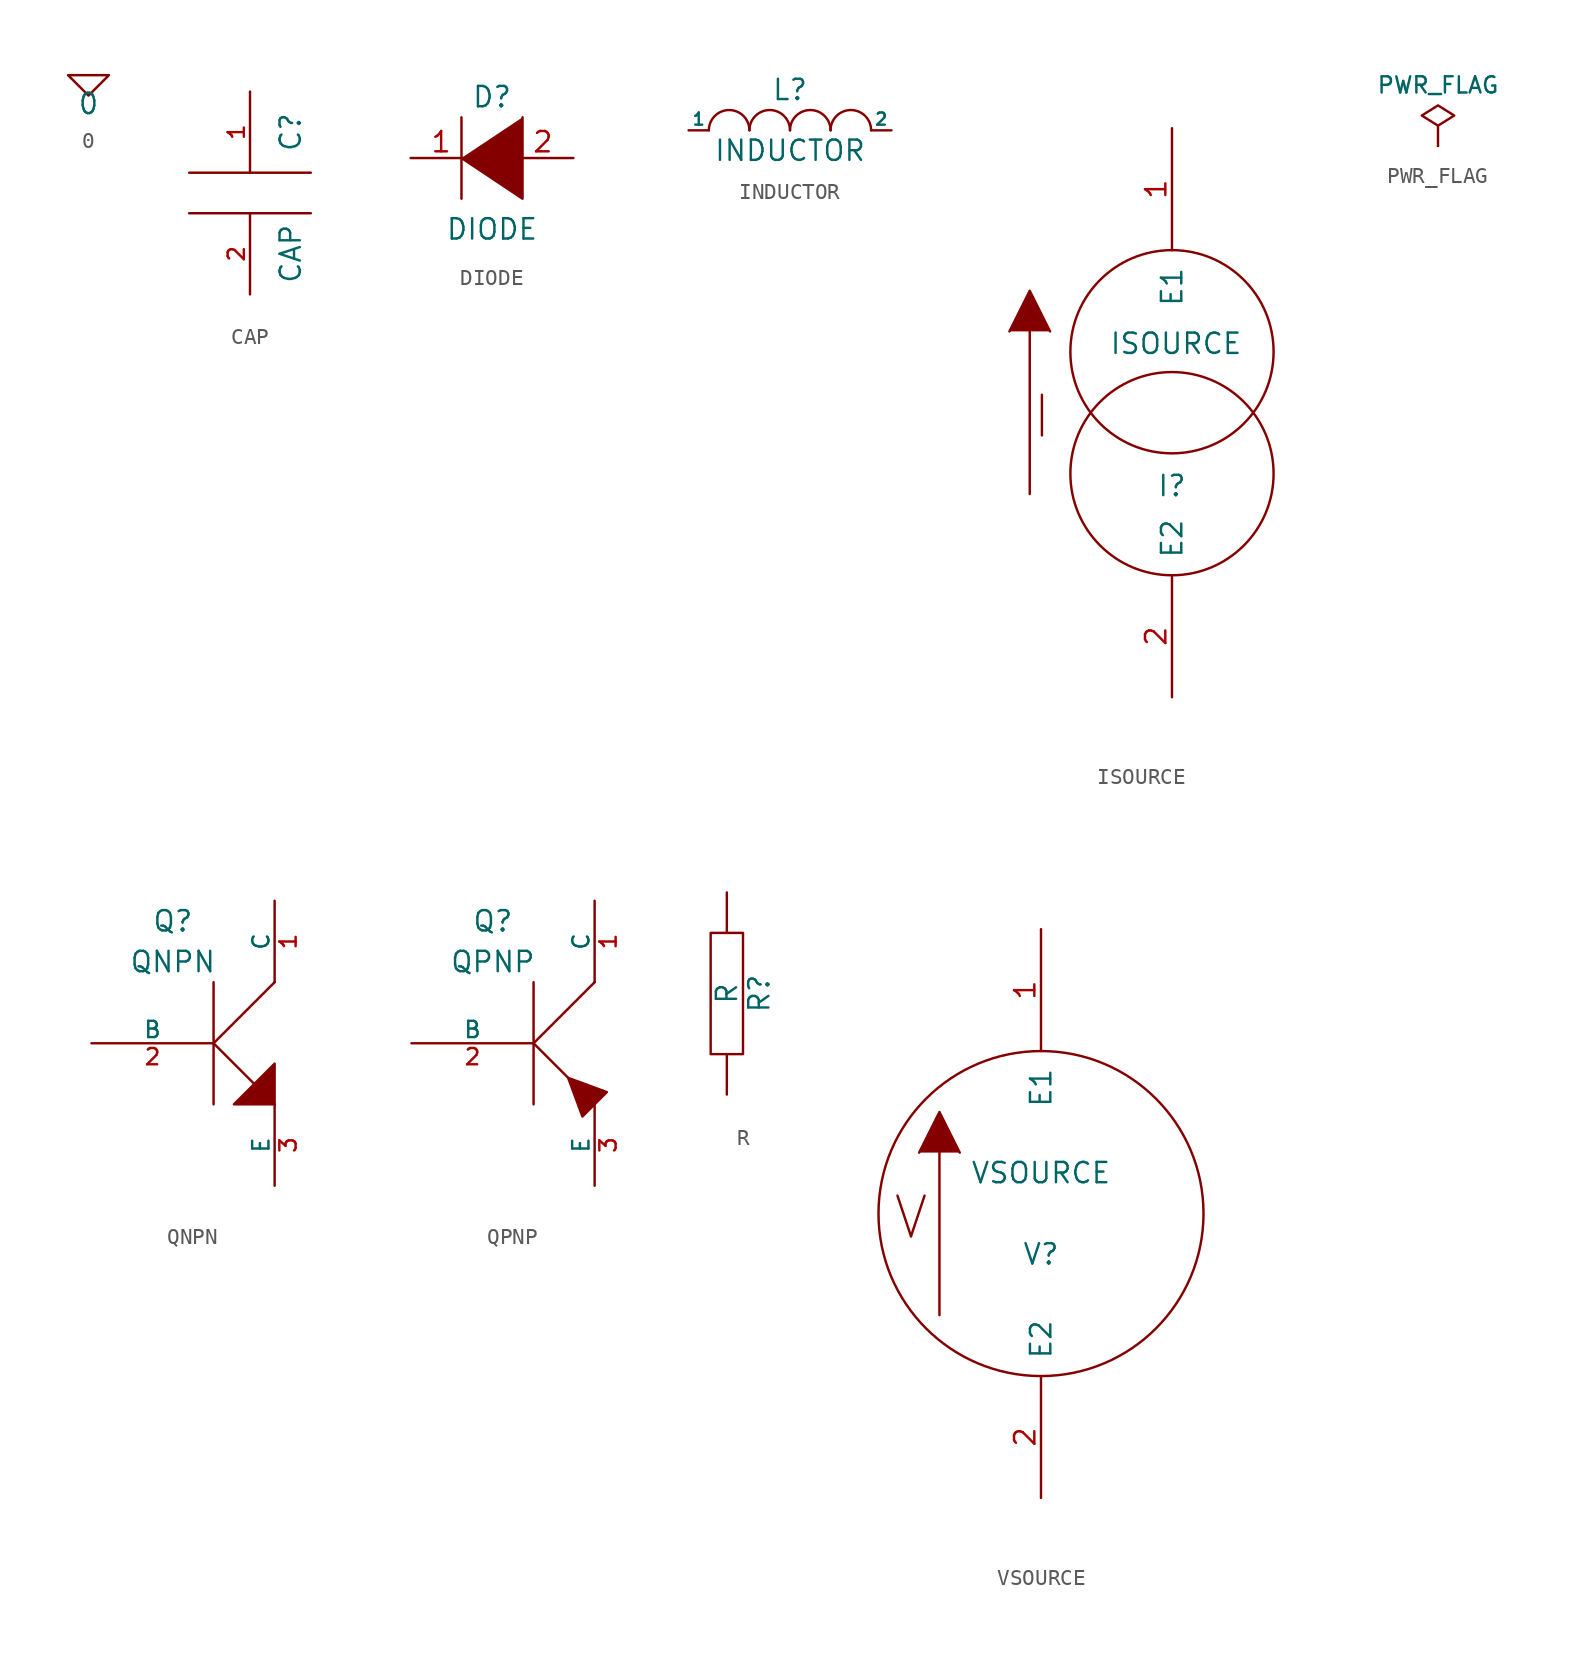
<source format=kicad_sym>
(kicad_symbol_lib
  (version 20201005)
  (generator kicad_symbol_editor)
  (symbol "schematic_libspice:0"
    (power)
    (pin_names
      (offset 0))
    (property "Reference" "#GND"
      (at 0 -2.54 0)
      (effects (font (size 1.27 1.27)) hide))
    (property "Value" "0"
      (at 0 -1.778 0)
      (effects (font (size 1.27 1.27))))
    (property "Footprint" ""
      (at 0 0 0)
      (effects (font (size 1.27 1.27))))
    (property "Datasheet" ""
      (at 0 0 0)
      (effects (font (size 1.27 1.27))))
    (symbol "0_0_1"
      (polyline (pts (xy -1.27 0) (xy 0 -1.27) (xy 1.27 0) (xy -1.27 0)) (stroke (width 0)) (fill (type none))))
    (symbol "0_1_1"
      (pin power_in line (at 0 0 0) (length 0) hide (name "0" (effects (font (size 1.016 1.016)))) (number "1" (effects (font (size 1.016 1.016)))))))
  (symbol "schematic_libspice:CAP"
    (pin_names
      (offset 0.254))
    (property "Reference" "C"
      (at 2.54 3.81 90)
      (effects (font (size 1.27 1.27))))
    (property "Value" "CAP"
      (at 2.54 -3.81 90)
      (effects (font (size 1.27 1.27))))
    (property "Footprint" ""
      (at 0 0 0)
      (effects (font (size 1.27 1.27))))
    (property "Datasheet" ""
      (at 0 0 0)
      (effects (font (size 1.27 1.27))))
    (symbol "CAP_0_1"
      (polyline (pts (xy -3.81 -1.27) (xy 3.81 -1.27)) (stroke (width 0)) (fill (type none)))
      (polyline (pts (xy -3.81 1.27) (xy 3.81 1.27)) (stroke (width 0)) (fill (type none))))
    (symbol "CAP_1_1"
      (pin passive line (at 0 6.35 270) (length 5.08) (name "~" (effects (font (size 1.016 1.016)))) (number "1" (effects (font (size 1.016 1.016)))))
      (pin passive line (at 0 -6.35 90) (length 5.08) (name "~" (effects (font (size 1.016 1.016)))) (number "2" (effects (font (size 1.016 1.016)))))))
  (symbol "schematic_libspice:DIODE"
    (pin_names
      (offset 1.016) hide)
    (property "Reference" "D"
      (at 0 3.81 0)
      (effects (font (size 1.27 1.27))))
    (property "Value" "DIODE"
      (at 0 -4.445 0)
      (effects (font (size 1.27 1.27))))
    (property "Footprint" ""
      (at 0 0 0)
      (effects (font (size 1.27 1.27))))
    (property "Datasheet" ""
      (at 0 0 0)
      (effects (font (size 1.27 1.27))))
    (symbol "DIODE_0_1"
      (polyline (pts (xy -1.905 2.54) (xy -1.905 -2.54)) (stroke (width 0)) (fill (type none)))
      (polyline (pts (xy 1.905 2.54) (xy 1.905 -2.54) (xy -1.905 0)) (stroke (width 0)) (fill (type outline))))
    (symbol "DIODE_1_1"
      (pin input line (at -5.08 0 0) (length 3.81) (name "K" (effects (font (size 1.27 1.27)))) (number "1" (effects (font (size 1.27 1.27)))))
      (pin input line (at 5.08 0 180) (length 3.81) (name "A" (effects (font (size 1.27 1.27)))) (number "2" (effects (font (size 1.27 1.27)))))))
  (symbol "schematic_libspice:INDUCTOR"
    (pin_numbers hide)
    (pin_names
      (offset 0))
    (property "Reference" "L"
      (at 0 2.54 0)
      (effects (font (size 1.27 1.27))))
    (property "Value" "INDUCTOR"
      (at 0 -1.27 0)
      (effects (font (size 1.27 1.27))))
    (property "Footprint" ""
      (at 0 0 0)
      (effects (font (size 1.27 1.27))))
    (property "Datasheet" ""
      (at 0 0 0)
      (effects (font (size 1.27 1.27))))
    (symbol "INDUCTOR_0_1"
      (arc (start -2.54 0) (end -5.08 0) (radius (at -3.81 0) (length 1.27) (angles 0.1 179.9)) (stroke (width 0)) (fill (type none)))
      (arc (start 0 0) (end -2.54 0) (radius (at -1.27 0) (length 1.27) (angles 0.1 179.9)) (stroke (width 0)) (fill (type none)))
      (arc (start 2.54 0) (end 0 0) (radius (at 1.27 0) (length 1.27) (angles 0.1 179.9)) (stroke (width 0)) (fill (type none)))
      (arc (start 5.08 0) (end 2.54 0) (radius (at 3.81 0) (length 1.27) (angles 0.1 179.9)) (stroke (width 0)) (fill (type none))))
    (symbol "INDUCTOR_1_1"
      (pin input line (at -6.35 0 0) (length 1.27) (name "1" (effects (font (size 0.762 0.762)))) (number "1" (effects (font (size 0.762 0.762)))))
      (pin input line (at 6.35 0 180) (length 1.27) (name "2" (effects (font (size 0.762 0.762)))) (number "2" (effects (font (size 0.762 0.762)))))))
  (symbol "schematic_libspice:ISOURCE"
    (pin_names
      (offset 1.016))
    (property "Reference" "I"
      (at 0 -4.572 0)
      (effects (font (size 1.27 1.27))))
    (property "Value" "ISOURCE"
      (at 0.254 4.318 0)
      (effects (font (size 1.27 1.27))))
    (property "Footprint" ""
      (at 0 0 0)
      (effects (font (size 1.27 1.27))))
    (property "Datasheet" ""
      (at 0 0 0)
      (effects (font (size 1.27 1.27))))
    (symbol "ISOURCE_0_1"
      (circle (center 0 -3.81) (radius 6.35) (stroke (width 0)) (fill (type none)))
      (circle (center 0 3.81) (radius 6.35) (stroke (width 0)) (fill (type none)))
      (text "I" (at -8.128 -0.254 0) (effects (font (size 2.54 2.54))))
      (polyline (pts (xy -8.89 -5.08) (xy -8.89 5.08)) (stroke (width 0)) (fill (type outline)))
      (polyline (pts (xy -10.16 5.08) (xy -8.89 7.62) (xy -7.62 5.08)) (stroke (width 0)) (fill (type outline))))
    (symbol "ISOURCE_1_1"
      (pin input line (at 0 17.78 270) (length 7.62) (name "E1" (effects (font (size 1.27 1.27)))) (number "1" (effects (font (size 1.27 1.27)))))
      (pin input line (at 0 -17.78 90) (length 7.62) (name "E2" (effects (font (size 1.27 1.27)))) (number "2" (effects (font (size 1.27 1.27)))))))
  (symbol "schematic_libspice:PWR_FLAG"
    (power)
    (pin_numbers hide)
    (pin_names
      (offset 0) hide)
    (property "Reference" "#FLG"
      (at 0 1.905 0)
      (effects (font (size 1.27 1.27)) hide))
    (property "Value" "PWR_FLAG"
      (at 0 3.81 0)
      (effects (font (size 1.016 1.016))))
    (symbol "PWR_FLAG_0_1"
      (polyline (pts (xy 0 0) (xy 0 1.27) (xy -1.016 1.905) (xy 0 2.54) (xy 1.016 1.905) (xy 0 1.27)) (stroke (width 0)) (fill (type none))))
    (symbol "PWR_FLAG_0_0"
      (pin power_out line (at 0 0 90) (length 0) (name "pwr" (effects (font (size 1.27 1.27)))) (number "1" (effects (font (size 1.27 1.27)))))))
  (symbol "schematic_libspice:QNPN"
    (pin_names
      (offset 0))
    (property "Reference" "Q"
      (at -2.54 7.62 0)
      (effects (font (size 1.27 1.27))))
    (property "Value" "QNPN"
      (at -2.54 5.08 0)
      (effects (font (size 1.27 1.27))))
    (property "Footprint" ""
      (at 0 0 0)
      (effects (font (size 1.27 1.27))))
    (property "Datasheet" ""
      (at 0 0 0)
      (effects (font (size 1.27 1.27))))
    (symbol "QNPN_0_0"
      (polyline (pts (xy 0 0) (xy 3.81 -3.81)) (stroke (width 0)) (fill (type none)))
      (polyline (pts (xy 3.81 -3.81) (xy 3.81 -1.27) (xy 1.27 -3.81) (xy 3.81 -3.81)) (stroke (width 0)) (fill (type outline))))
    (symbol "QNPN_0_1"
      (polyline (pts (xy 0 -3.81) (xy 0 3.81)) (stroke (width 0)) (fill (type none)))
      (polyline (pts (xy 0 0) (xy 3.81 3.81)) (stroke (width 0)) (fill (type none))))
    (symbol "QNPN_1_1"
      (pin passive line (at 3.81 8.89 270) (length 5.08) (name "C" (effects (font (size 1.016 1.016)))) (number "1" (effects (font (size 1.016 1.016)))))
      (pin input line (at -7.62 0 0) (length 7.62) (name "B" (effects (font (size 1.016 1.016)))) (number "2" (effects (font (size 1.016 1.016)))))
      (pin passive line (at 3.81 -8.89 90) (length 5.08) (name "E" (effects (font (size 1.016 1.016)))) (number "3" (effects (font (size 1.016 1.016)))))))
  (symbol "schematic_libspice:QPNP"
    (pin_names
      (offset 0))
    (property "Reference" "Q"
      (at -2.54 7.62 0)
      (effects (font (size 1.27 1.27))))
    (property "Value" "QPNP"
      (at -2.54 5.08 0)
      (effects (font (size 1.27 1.27))))
    (property "Footprint" ""
      (at 0 0 0)
      (effects (font (size 1.27 1.27))))
    (property "Datasheet" ""
      (at 0 0 0)
      (effects (font (size 1.27 1.27))))
    (symbol "QPNP_0_1"
      (polyline (pts (xy 0 -3.81) (xy 0 3.81)) (stroke (width 0)) (fill (type none)))
      (polyline (pts (xy 0 0) (xy 3.81 -3.81)) (stroke (width 0)) (fill (type none)))
      (polyline (pts (xy 0 0) (xy 3.81 3.81)) (stroke (width 0)) (fill (type none)))
      (polyline (pts (xy 3.048 -4.572) (xy 4.572 -3.048) (xy 2.159 -2.159) (xy 3.048 -4.572)) (stroke (width 0)) (fill (type outline))))
    (symbol "QPNP_1_1"
      (pin open_collector line (at 3.81 8.89 270) (length 5.08) (name "C" (effects (font (size 1.016 1.016)))) (number "1" (effects (font (size 1.016 1.016)))))
      (pin input line (at -7.62 0 0) (length 7.62) (name "B" (effects (font (size 1.016 1.016)))) (number "2" (effects (font (size 1.016 1.016)))))
      (pin open_emitter line (at 3.81 -8.89 90) (length 5.08) (name "E" (effects (font (size 1.016 1.016)))) (number "3" (effects (font (size 1.016 1.016)))))))
  (symbol "schematic_libspice:R"
    (pin_numbers hide)
    (pin_names
      (offset 0))
    (property "Reference" "R"
      (at 2.032 0 90)
      (effects (font (size 1.27 1.27))))
    (property "Value" "R"
      (at 0 0 90)
      (effects (font (size 1.27 1.27))))
    (property "Footprint" ""
      (at 0 0 0)
      (effects (font (size 1.27 1.27))))
    (property "Datasheet" ""
      (at 0 0 0)
      (effects (font (size 1.27 1.27))))
    (symbol "R_0_1"
      (rectangle (start -1.016 3.81) (end 1.016 -3.81) (stroke (width 0)) (fill (type none))))
    (symbol "R_1_1"
      (pin passive line (at 0 6.35 270) (length 2.54) (name "~" (effects (font (size 1.27 1.27)))) (number "1" (effects (font (size 1.27 1.27)))))
      (pin passive line (at 0 -6.35 90) (length 2.54) (name "~" (effects (font (size 1.27 1.27)))) (number "2" (effects (font (size 1.27 1.27)))))))
  (symbol "schematic_libspice:VSOURCE"
    (pin_names
      (offset 1.016))
    (property "Reference" "V"
      (at 0 -2.54 0)
      (effects (font (size 1.27 1.27))))
    (property "Value" "VSOURCE"
      (at 0 2.54 0)
      (effects (font (size 1.27 1.27))))
    (property "Footprint" ""
      (at 0 0 0)
      (effects (font (size 1.27 1.27))))
    (property "Datasheet" ""
      (at 0 0 0)
      (effects (font (size 1.27 1.27))))
    (symbol "VSOURCE_0_1"
      (circle (center 0 0) (radius 10.16) (stroke (width 0)) (fill (type none)))
      (text "V" (at -8.128 -0.254 0) (effects (font (size 2.54 2.54))))
      (polyline (pts (xy -6.35 -6.35) (xy -6.35 3.81)) (stroke (width 0)) (fill (type outline)))
      (polyline (pts (xy -7.62 3.81) (xy -6.35 6.35) (xy -5.08 3.81)) (stroke (width 0)) (fill (type outline))))
    (symbol "VSOURCE_1_1"
      (pin input line (at 0 17.78 270) (length 7.62) (name "E1" (effects (font (size 1.27 1.27)))) (number "1" (effects (font (size 1.27 1.27)))))
      (pin input line (at 0 -17.78 90) (length 7.62) (name "E2" (effects (font (size 1.27 1.27)))) (number "2" (effects (font (size 1.27 1.27))))))))
</source>
